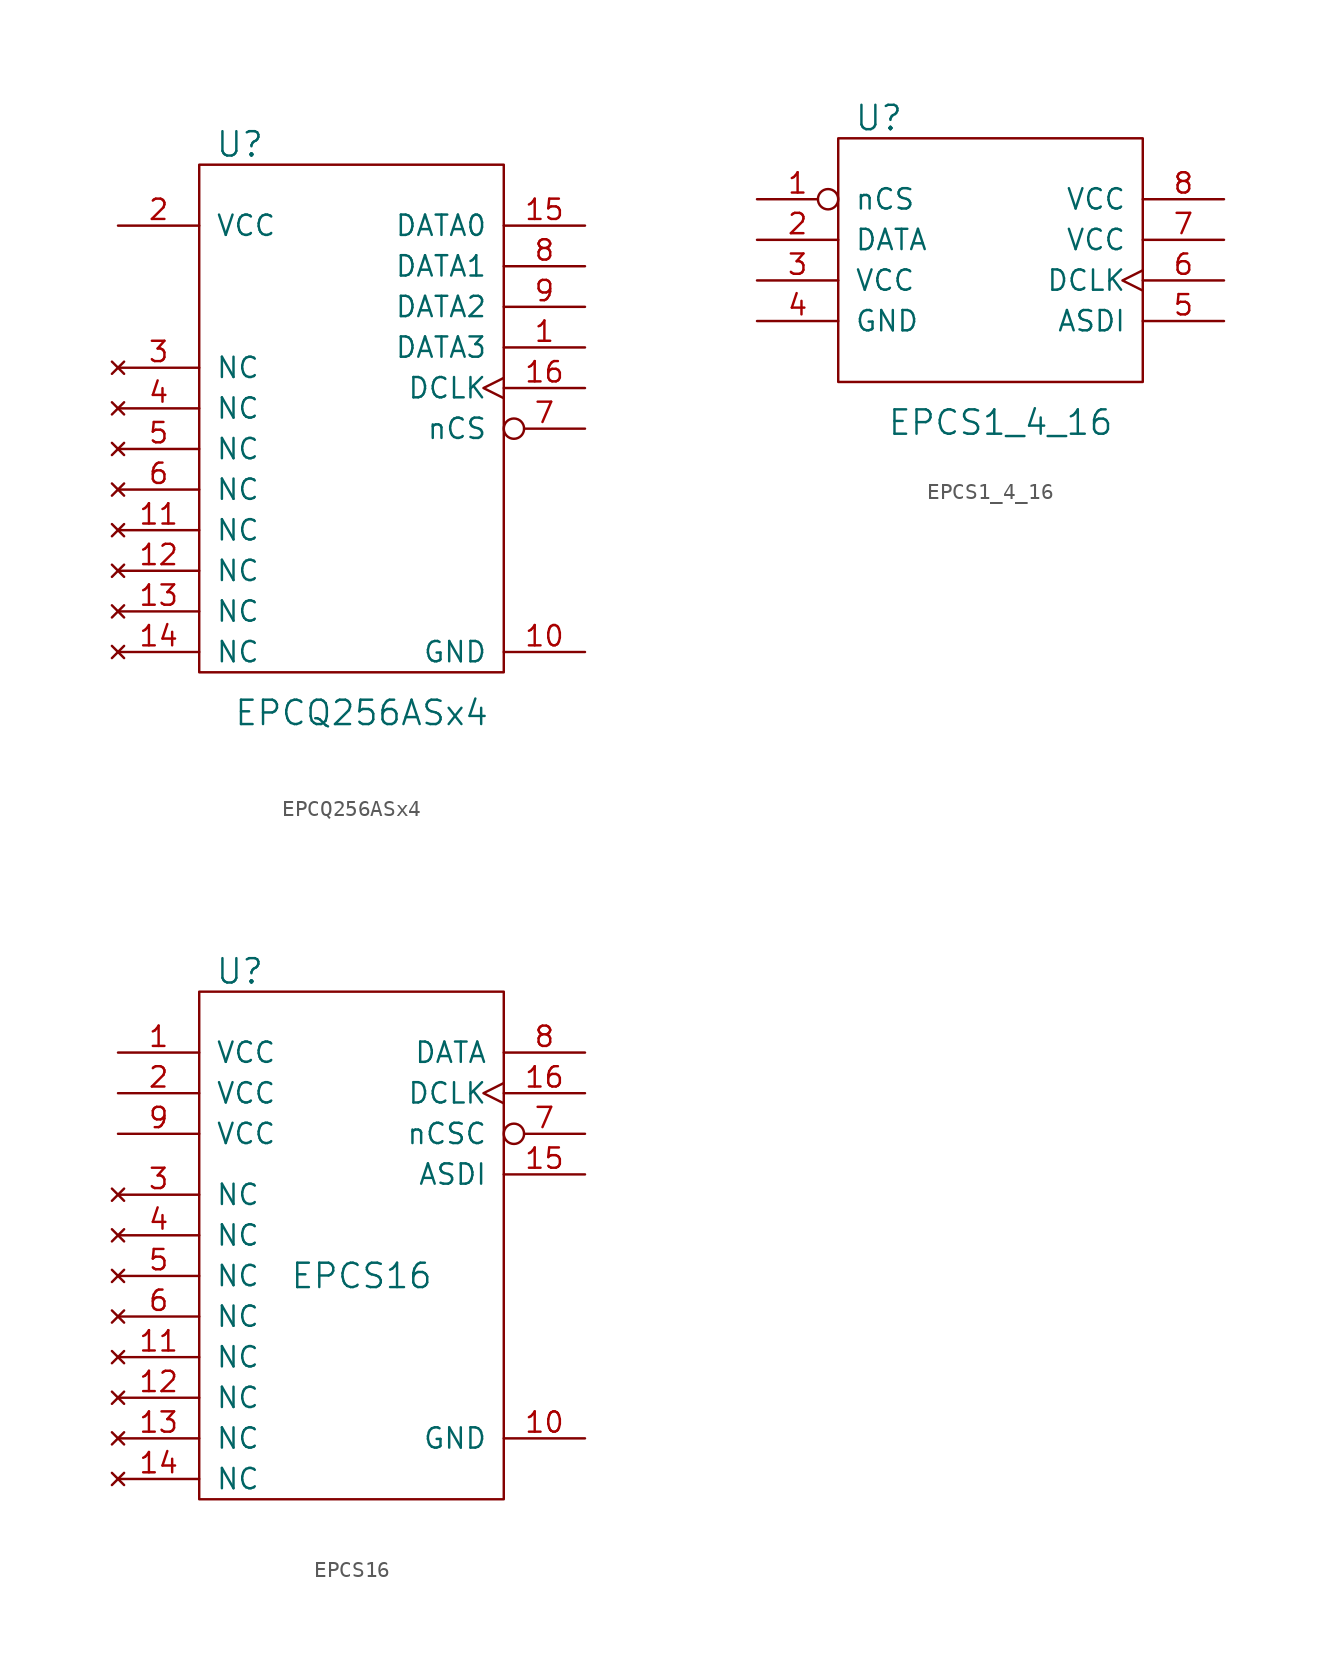
<source format=kicad_sym>
(kicad_symbol_lib
  (version 20220914)
  (generator kicad_symbol_editor)
  (symbol "EPCQ256ASx4"
    (pin_names
      (offset 1.016))
    (property "Reference" "U"
      (at -6.35 13.97 0)
      (effects (font (size 1.524 1.524))))
    (property "Value" "EPCQ256ASx4"
      (at 1.27 -21.59 0)
      (effects (font (size 1.524 1.524))))
    (property "Footprint" ""
      (at 0 0 0)
      (effects (font (size 1.524 1.524))))
    (property "Datasheet" ""
      (at 0 0 0)
      (effects (font (size 1.524 1.524))))
    (symbol "EPCQ256ASx4_0_1"
      (rectangle (start -8.89 12.7) (end 10.16 -19.05) (stroke (width 0) (type default)) (fill (type none))))
    (symbol "EPCQ256ASx4_1_1"
      (pin power_in line (at 15.24 1.27 180) (length 5.08) (name "DATA3" (effects (font (size 1.27 1.27)))) (number "1" (effects (font (size 1.27 1.27)))))
      (pin power_in line (at 15.24 -17.78 180) (length 5.08) (name "GND" (effects (font (size 1.27 1.27)))) (number "10" (effects (font (size 1.27 1.27)))))
      (pin no_connect line (at -13.97 -10.16 0) (length 5.08) (name "NC" (effects (font (size 1.27 1.27)))) (number "11" (effects (font (size 1.27 1.27)))))
      (pin no_connect line (at -13.97 -12.7 0) (length 5.08) (name "NC" (effects (font (size 1.27 1.27)))) (number "12" (effects (font (size 1.27 1.27)))))
      (pin no_connect line (at -13.97 -15.24 0) (length 5.08) (name "NC" (effects (font (size 1.27 1.27)))) (number "13" (effects (font (size 1.27 1.27)))))
      (pin no_connect line (at -13.97 -17.78 0) (length 5.08) (name "NC" (effects (font (size 1.27 1.27)))) (number "14" (effects (font (size 1.27 1.27)))))
      (pin input line (at 15.24 8.89 180) (length 5.08) (name "DATA0" (effects (font (size 1.27 1.27)))) (number "15" (effects (font (size 1.27 1.27)))))
      (pin input clock (at 15.24 -1.27 180) (length 5.08) (name "DCLK" (effects (font (size 1.27 1.27)))) (number "16" (effects (font (size 1.27 1.27)))))
      (pin power_in line (at -13.97 8.89 0) (length 5.08) (name "VCC" (effects (font (size 1.27 1.27)))) (number "2" (effects (font (size 1.27 1.27)))))
      (pin no_connect line (at -13.97 0 0) (length 5.08) (name "NC" (effects (font (size 1.27 1.27)))) (number "3" (effects (font (size 1.27 1.27)))))
      (pin no_connect line (at -13.97 -2.54 0) (length 5.08) (name "NC" (effects (font (size 1.27 1.27)))) (number "4" (effects (font (size 1.27 1.27)))))
      (pin no_connect line (at -13.97 -5.08 0) (length 5.08) (name "NC" (effects (font (size 1.27 1.27)))) (number "5" (effects (font (size 1.27 1.27)))))
      (pin no_connect line (at -13.97 -7.62 0) (length 5.08) (name "NC" (effects (font (size 1.27 1.27)))) (number "6" (effects (font (size 1.27 1.27)))))
      (pin input inverted (at 15.24 -3.81 180) (length 5.08) (name "nCS" (effects (font (size 1.27 1.27)))) (number "7" (effects (font (size 1.27 1.27)))))
      (pin bidirectional line (at 15.24 6.35 180) (length 5.08) (name "DATA1" (effects (font (size 1.27 1.27)))) (number "8" (effects (font (size 1.27 1.27)))))
      (pin power_in line (at 15.24 3.81 180) (length 5.08) (name "DATA2" (effects (font (size 1.27 1.27)))) (number "9" (effects (font (size 1.27 1.27)))))))
  (symbol "EPCS1_4_16"
    (pin_names
      (offset 1.016))
    (property "Reference" "U"
      (at -6.35 13.97 0)
      (effects (font (size 1.524 1.524))))
    (property "Value" "EPCS1_4_16"
      (at 1.27 -5.08 0)
      (effects (font (size 1.524 1.524))))
    (property "Footprint" ""
      (at 0 0 0)
      (effects (font (size 1.524 1.524))))
    (property "Datasheet" ""
      (at 0 0 0)
      (effects (font (size 1.524 1.524))))
    (symbol "EPCS1_4_16_0_1"
      (rectangle (start -8.89 12.7) (end 10.16 -2.54) (stroke (width 0) (type default)) (fill (type none))))
    (symbol "EPCS1_4_16_1_1"
      (pin input inverted (at -13.97 8.89 0) (length 5.08) (name "nCS" (effects (font (size 1.27 1.27)))) (number "1" (effects (font (size 1.27 1.27)))))
      (pin bidirectional line (at -13.97 6.35 0) (length 5.08) (name "DATA" (effects (font (size 1.27 1.27)))) (number "2" (effects (font (size 1.27 1.27)))))
      (pin power_in line (at -13.97 3.81 0) (length 5.08) (name "VCC" (effects (font (size 1.27 1.27)))) (number "3" (effects (font (size 1.27 1.27)))))
      (pin power_in line (at -13.97 1.27 0) (length 5.08) (name "GND" (effects (font (size 1.27 1.27)))) (number "4" (effects (font (size 1.27 1.27)))))
      (pin input line (at 15.24 1.27 180) (length 5.08) (name "ASDI" (effects (font (size 1.27 1.27)))) (number "5" (effects (font (size 1.27 1.27)))))
      (pin input clock (at 15.24 3.81 180) (length 5.08) (name "DCLK" (effects (font (size 1.27 1.27)))) (number "6" (effects (font (size 1.27 1.27)))))
      (pin power_in line (at 15.24 6.35 180) (length 5.08) (name "VCC" (effects (font (size 1.27 1.27)))) (number "7" (effects (font (size 1.27 1.27)))))
      (pin power_in line (at 15.24 8.89 180) (length 5.08) (name "VCC" (effects (font (size 1.27 1.27)))) (number "8" (effects (font (size 1.27 1.27)))))))
  (symbol "EPCS16"
    (pin_names
      (offset 1.016))
    (property "Reference" "U"
      (at -6.35 13.97 0)
      (effects (font (size 1.524 1.524))))
    (property "Value" "EPCS16"
      (at 1.27 -5.08 0)
      (effects (font (size 1.524 1.524))))
    (property "Footprint" ""
      (at 0 0 0)
      (effects (font (size 1.524 1.524))))
    (property "Datasheet" ""
      (at 0 0 0)
      (effects (font (size 1.524 1.524))))
    (symbol "EPCS16_0_1"
      (rectangle (start -8.89 12.7) (end 10.16 -19.05) (stroke (width 0) (type default)) (fill (type none))))
    (symbol "EPCS16_1_1"
      (pin power_in line (at -13.97 8.89 0) (length 5.08) (name "VCC" (effects (font (size 1.27 1.27)))) (number "1" (effects (font (size 1.27 1.27)))))
      (pin power_in line (at 15.24 -15.24 180) (length 5.08) (name "GND" (effects (font (size 1.27 1.27)))) (number "10" (effects (font (size 1.27 1.27)))))
      (pin no_connect line (at -13.97 -10.16 0) (length 5.08) (name "NC" (effects (font (size 1.27 1.27)))) (number "11" (effects (font (size 1.27 1.27)))))
      (pin no_connect line (at -13.97 -12.7 0) (length 5.08) (name "NC" (effects (font (size 1.27 1.27)))) (number "12" (effects (font (size 1.27 1.27)))))
      (pin no_connect line (at -13.97 -15.24 0) (length 5.08) (name "NC" (effects (font (size 1.27 1.27)))) (number "13" (effects (font (size 1.27 1.27)))))
      (pin no_connect line (at -13.97 -17.78 0) (length 5.08) (name "NC" (effects (font (size 1.27 1.27)))) (number "14" (effects (font (size 1.27 1.27)))))
      (pin input line (at 15.24 1.27 180) (length 5.08) (name "ASDI" (effects (font (size 1.27 1.27)))) (number "15" (effects (font (size 1.27 1.27)))))
      (pin input clock (at 15.24 6.35 180) (length 5.08) (name "DCLK" (effects (font (size 1.27 1.27)))) (number "16" (effects (font (size 1.27 1.27)))))
      (pin power_in line (at -13.97 6.35 0) (length 5.08) (name "VCC" (effects (font (size 1.27 1.27)))) (number "2" (effects (font (size 1.27 1.27)))))
      (pin no_connect line (at -13.97 0 0) (length 5.08) (name "NC" (effects (font (size 1.27 1.27)))) (number "3" (effects (font (size 1.27 1.27)))))
      (pin no_connect line (at -13.97 -2.54 0) (length 5.08) (name "NC" (effects (font (size 1.27 1.27)))) (number "4" (effects (font (size 1.27 1.27)))))
      (pin no_connect line (at -13.97 -5.08 0) (length 5.08) (name "NC" (effects (font (size 1.27 1.27)))) (number "5" (effects (font (size 1.27 1.27)))))
      (pin no_connect line (at -13.97 -7.62 0) (length 5.08) (name "NC" (effects (font (size 1.27 1.27)))) (number "6" (effects (font (size 1.27 1.27)))))
      (pin input inverted (at 15.24 3.81 180) (length 5.08) (name "nCSC" (effects (font (size 1.27 1.27)))) (number "7" (effects (font (size 1.27 1.27)))))
      (pin bidirectional line (at 15.24 8.89 180) (length 5.08) (name "DATA" (effects (font (size 1.27 1.27)))) (number "8" (effects (font (size 1.27 1.27)))))
      (pin power_in line (at -13.97 3.81 0) (length 5.08) (name "VCC" (effects (font (size 1.27 1.27)))) (number "9" (effects (font (size 1.27 1.27))))))))
</source>
